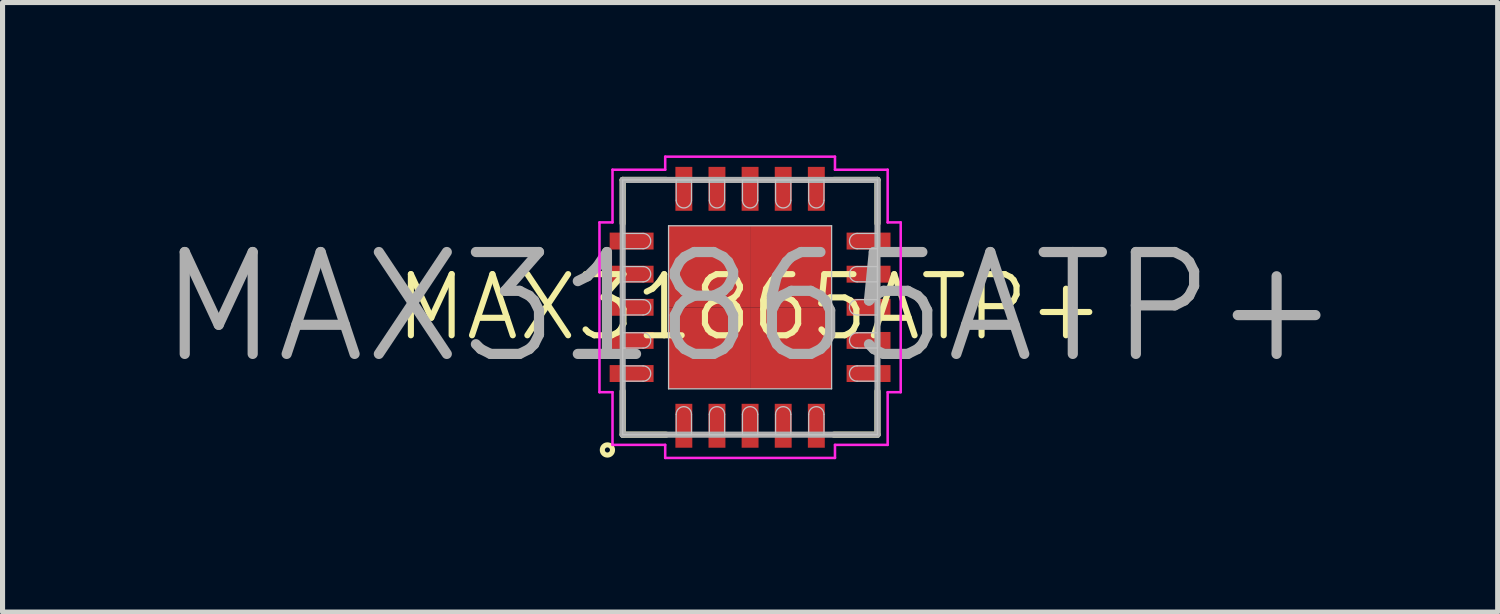
<source format=kicad_pcb>
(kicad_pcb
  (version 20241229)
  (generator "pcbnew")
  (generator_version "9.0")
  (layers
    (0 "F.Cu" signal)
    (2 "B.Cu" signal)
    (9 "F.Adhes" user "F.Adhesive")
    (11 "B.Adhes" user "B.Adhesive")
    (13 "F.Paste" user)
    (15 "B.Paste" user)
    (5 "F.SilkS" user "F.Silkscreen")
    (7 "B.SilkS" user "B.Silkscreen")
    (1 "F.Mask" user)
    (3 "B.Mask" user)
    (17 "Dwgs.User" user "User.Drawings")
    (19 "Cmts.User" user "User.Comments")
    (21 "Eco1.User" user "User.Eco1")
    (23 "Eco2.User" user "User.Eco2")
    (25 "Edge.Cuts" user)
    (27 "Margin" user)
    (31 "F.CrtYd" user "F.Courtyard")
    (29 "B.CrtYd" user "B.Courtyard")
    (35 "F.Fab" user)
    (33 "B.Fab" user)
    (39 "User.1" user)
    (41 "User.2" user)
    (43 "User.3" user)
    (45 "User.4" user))
  (footprint "MAX31865ATP+"
    (layer "F.Cu")
    (at 11.671 2.981)
    (property "Reference" "MAX31865ATP+" (at 0 0 0) (layer "F.SilkS") (effects (font (size 1.2 1.2) (thickness 0.12))))
    (attr smd)
    (fp_line (start -2.5 -2.5) (end -2.5 -1.646) (stroke (width 0.12) (type solid)) (layer "F.SilkS"))
    (fp_line (start -2.5 2.5) (end -2.5 1.646) (stroke (width 0.12) (type solid)) (layer "F.SilkS"))
    (fp_line (start -1.646 -2.5) (end -2.5 -2.5) (stroke (width 0.12) (type solid)) (layer "F.SilkS"))
    (fp_line (start -1.646 2.5) (end -2.5 2.5) (stroke (width 0.12) (type solid)) (layer "F.SilkS"))
    (fp_line (start 1.646 -2.5) (end 2.5 -2.5) (stroke (width 0.12) (type solid)) (layer "F.SilkS"))
    (fp_line (start 1.646 2.5) (end 2.5 2.5) (stroke (width 0.12) (type solid)) (layer "F.SilkS"))
    (fp_line (start 2.5 -2.5) (end 2.5 -1.646) (stroke (width 0.12) (type solid)) (layer "F.SilkS"))
    (fp_line (start 2.5 2.5) (end 2.5 1.646) (stroke (width 0.12) (type solid)) (layer "F.SilkS"))
    (fp_circle (center -2.8 2.8) (end -2.7 2.8) (stroke (width 0.1) (type default)) (fill no) (layer "F.SilkS"))
    (fp_line (start -2.5 -2.5) (end 2.5 -2.5) (stroke (width 0.025) (type solid)) (layer "Dwgs.User"))
    (fp_line (start -2.5 -1.45) (end -2.5 -1.15) (stroke (width 0.025) (type solid)) (layer "Dwgs.User"))
    (fp_line (start -2.5 -1.15) (end -2.1 -1.15) (stroke (width 0.025) (type solid)) (layer "Dwgs.User"))
    (fp_line (start -2.5 -0.8) (end -2.5 -0.5) (stroke (width 0.025) (type solid)) (layer "Dwgs.User"))
    (fp_line (start -2.5 -0.5) (end -2.1 -0.5) (stroke (width 0.025) (type solid)) (layer "Dwgs.User"))
    (fp_line (start -2.5 -0.15) (end -2.5 0.15) (stroke (width 0.025) (type solid)) (layer "Dwgs.User"))
    (fp_line (start -2.5 0.15) (end -2.1 0.15) (stroke (width 0.025) (type solid)) (layer "Dwgs.User"))
    (fp_line (start -2.5 0.5) (end -2.5 0.8) (stroke (width 0.025) (type solid)) (layer "Dwgs.User"))
    (fp_line (start -2.5 0.8) (end -2.1 0.8) (stroke (width 0.025) (type solid)) (layer "Dwgs.User"))
    (fp_line (start -2.5 1.15) (end -2.5 1.45) (stroke (width 0.025) (type solid)) (layer "Dwgs.User"))
    (fp_line (start -2.5 1.45) (end -2.1 1.45) (stroke (width 0.025) (type solid)) (layer "Dwgs.User"))
    (fp_line (start -2.5 2.5) (end -2.5 -2.5) (stroke (width 0.025) (type solid)) (layer "Dwgs.User"))
    (fp_line (start -2.1 -1.45) (end -2.5 -1.45) (stroke (width 0.025) (type solid)) (layer "Dwgs.User"))
    (fp_line (start -2.1 -0.8) (end -2.5 -0.8) (stroke (width 0.025) (type solid)) (layer "Dwgs.User"))
    (fp_line (start -2.1 -0.15) (end -2.5 -0.15) (stroke (width 0.025) (type solid)) (layer "Dwgs.User"))
    (fp_line (start -2.1 0.5) (end -2.5 0.5) (stroke (width 0.025) (type solid)) (layer "Dwgs.User"))
    (fp_line (start -2.1 1.15) (end -2.5 1.15) (stroke (width 0.025) (type solid)) (layer "Dwgs.User"))
    (fp_line (start -1.6 -1.6) (end 1.6 -1.6) (stroke (width 0.025) (type solid)) (layer "Dwgs.User"))
    (fp_line (start -1.6 1.6) (end -1.6 -1.6) (stroke (width 0.025) (type solid)) (layer "Dwgs.User"))
    (fp_line (start -1.45 -2.5) (end -1.45 -2.1) (stroke (width 0.025) (type solid)) (layer "Dwgs.User"))
    (fp_line (start -1.45 2.1) (end -1.45 2.5) (stroke (width 0.025) (type solid)) (layer "Dwgs.User"))
    (fp_line (start -1.45 2.5) (end -1.15 2.5) (stroke (width 0.025) (type solid)) (layer "Dwgs.User"))
    (fp_line (start -1.15 -2.5) (end -1.45 -2.5) (stroke (width 0.025) (type solid)) (layer "Dwgs.User"))
    (fp_line (start -1.15 -2.1) (end -1.15 -2.5) (stroke (width 0.025) (type solid)) (layer "Dwgs.User"))
    (fp_line (start -1.15 2.5) (end -1.15 2.1) (stroke (width 0.025) (type solid)) (layer "Dwgs.User"))
    (fp_line (start -0.8 -2.5) (end -0.8 -2.1) (stroke (width 0.025) (type solid)) (layer "Dwgs.User"))
    (fp_line (start -0.8 2.1) (end -0.8 2.5) (stroke (width 0.025) (type solid)) (layer "Dwgs.User"))
    (fp_line (start -0.8 2.5) (end -0.5 2.5) (stroke (width 0.025) (type solid)) (layer "Dwgs.User"))
    (fp_line (start -0.5 -2.5) (end -0.8 -2.5) (stroke (width 0.025) (type solid)) (layer "Dwgs.User"))
    (fp_line (start -0.5 -2.1) (end -0.5 -2.5) (stroke (width 0.025) (type solid)) (layer "Dwgs.User"))
    (fp_line (start -0.5 2.5) (end -0.5 2.1) (stroke (width 0.025) (type solid)) (layer "Dwgs.User"))
    (fp_line (start -0.15 -2.5) (end -0.15 -2.1) (stroke (width 0.025) (type solid)) (layer "Dwgs.User"))
    (fp_line (start -0.15 2.1) (end -0.15 2.5) (stroke (width 0.025) (type solid)) (layer "Dwgs.User"))
    (fp_line (start -0.15 2.5) (end 0.15 2.5) (stroke (width 0.025) (type solid)) (layer "Dwgs.User"))
    (fp_line (start 0.15 -2.5) (end -0.15 -2.5) (stroke (width 0.025) (type solid)) (layer "Dwgs.User"))
    (fp_line (start 0.15 -2.1) (end 0.15 -2.5) (stroke (width 0.025) (type solid)) (layer "Dwgs.User"))
    (fp_line (start 0.15 2.5) (end 0.15 2.1) (stroke (width 0.025) (type solid)) (layer "Dwgs.User"))
    (fp_line (start 0.5 -2.5) (end 0.5 -2.1) (stroke (width 0.025) (type solid)) (layer "Dwgs.User"))
    (fp_line (start 0.5 2.1) (end 0.5 2.5) (stroke (width 0.025) (type solid)) (layer "Dwgs.User"))
    (fp_line (start 0.5 2.5) (end 0.8 2.5) (stroke (width 0.025) (type solid)) (layer "Dwgs.User"))
    (fp_line (start 0.8 -2.5) (end 0.5 -2.5) (stroke (width 0.025) (type solid)) (layer "Dwgs.User"))
    (fp_line (start 0.8 -2.1) (end 0.8 -2.5) (stroke (width 0.025) (type solid)) (layer "Dwgs.User"))
    (fp_line (start 0.8 2.5) (end 0.8 2.1) (stroke (width 0.025) (type solid)) (layer "Dwgs.User"))
    (fp_line (start 1.15 -2.5) (end 1.15 -2.1) (stroke (width 0.025) (type solid)) (layer "Dwgs.User"))
    (fp_line (start 1.15 2.1) (end 1.15 2.5) (stroke (width 0.025) (type solid)) (layer "Dwgs.User"))
    (fp_line (start 1.15 2.5) (end 1.45 2.5) (stroke (width 0.025) (type solid)) (layer "Dwgs.User"))
    (fp_line (start 1.45 -2.5) (end 1.15 -2.5) (stroke (width 0.025) (type solid)) (layer "Dwgs.User"))
    (fp_line (start 1.45 -2.1) (end 1.45 -2.5) (stroke (width 0.025) (type solid)) (layer "Dwgs.User"))
    (fp_line (start 1.45 2.5) (end 1.45 2.1) (stroke (width 0.025) (type solid)) (layer "Dwgs.User"))
    (fp_line (start 1.6 -1.6) (end 1.6 1.6) (stroke (width 0.025) (type solid)) (layer "Dwgs.User"))
    (fp_line (start 1.6 1.6) (end -1.6 1.6) (stroke (width 0.025) (type solid)) (layer "Dwgs.User"))
    (fp_line (start 2.1 -1.15) (end 2.5 -1.15) (stroke (width 0.025) (type solid)) (layer "Dwgs.User"))
    (fp_line (start 2.1 -0.5) (end 2.5 -0.5) (stroke (width 0.025) (type solid)) (layer "Dwgs.User"))
    (fp_line (start 2.1 0.15) (end 2.5 0.15) (stroke (width 0.025) (type solid)) (layer "Dwgs.User"))
    (fp_line (start 2.1 0.8) (end 2.5 0.8) (stroke (width 0.025) (type solid)) (layer "Dwgs.User"))
    (fp_line (start 2.1 1.45) (end 2.5 1.45) (stroke (width 0.025) (type solid)) (layer "Dwgs.User"))
    (fp_line (start 2.5 -2.5) (end 2.5 2.5) (stroke (width 0.025) (type solid)) (layer "Dwgs.User"))
    (fp_line (start 2.5 -1.45) (end 2.1 -1.45) (stroke (width 0.025) (type solid)) (layer "Dwgs.User"))
    (fp_line (start 2.5 -1.15) (end 2.5 -1.45) (stroke (width 0.025) (type solid)) (layer "Dwgs.User"))
    (fp_line (start 2.5 -0.8) (end 2.1 -0.8) (stroke (width 0.025) (type solid)) (layer "Dwgs.User"))
    (fp_line (start 2.5 -0.5) (end 2.5 -0.8) (stroke (width 0.025) (type solid)) (layer "Dwgs.User"))
    (fp_line (start 2.5 -0.15) (end 2.1 -0.15) (stroke (width 0.025) (type solid)) (layer "Dwgs.User"))
    (fp_line (start 2.5 0.15) (end 2.5 -0.15) (stroke (width 0.025) (type solid)) (layer "Dwgs.User"))
    (fp_line (start 2.5 0.5) (end 2.1 0.5) (stroke (width 0.025) (type solid)) (layer "Dwgs.User"))
    (fp_line (start 2.5 0.8) (end 2.5 0.5) (stroke (width 0.025) (type solid)) (layer "Dwgs.User"))
    (fp_line (start 2.5 1.15) (end 2.1 1.15) (stroke (width 0.025) (type solid)) (layer "Dwgs.User"))
    (fp_line (start 2.5 1.45) (end 2.5 1.15) (stroke (width 0.025) (type solid)) (layer "Dwgs.User"))
    (fp_line (start 2.5 2.5) (end -2.5 2.5) (stroke (width 0.025) (type solid)) (layer "Dwgs.User"))
    (fp_arc (start -2.1 -1.45) (mid -1.95 -1.3) (end -2.1 -1.15) (stroke (width 0.025) (type solid)) (layer "Dwgs.User"))
    (fp_arc (start -2.1 -0.8) (mid -1.95 -0.65) (end -2.1 -0.5) (stroke (width 0.025) (type solid)) (layer "Dwgs.User"))
    (fp_arc (start -2.1 -0.15) (mid -1.95 0) (end -2.1 0.15) (stroke (width 0.025) (type solid)) (layer "Dwgs.User"))
    (fp_arc (start -2.1 0.5) (mid -1.95 0.65) (end -2.1 0.8) (stroke (width 0.025) (type solid)) (layer "Dwgs.User"))
    (fp_arc (start -2.1 1.15) (mid -1.95 1.3) (end -2.1 1.45) (stroke (width 0.025) (type solid)) (layer "Dwgs.User"))
    (fp_arc (start -1.45 2.1) (mid -1.3 1.95) (end -1.15 2.1) (stroke (width 0.025) (type solid)) (layer "Dwgs.User"))
    (fp_arc (start -1.15 -2.1) (mid -1.3 -1.95) (end -1.45 -2.1) (stroke (width 0.025) (type solid)) (layer "Dwgs.User"))
    (fp_arc (start -0.8 2.1) (mid -0.65 1.95) (end -0.5 2.1) (stroke (width 0.025) (type solid)) (layer "Dwgs.User"))
    (fp_arc (start -0.5 -2.1) (mid -0.65 -1.95) (end -0.8 -2.1) (stroke (width 0.025) (type solid)) (layer "Dwgs.User"))
    (fp_arc (start -0.15 2.1) (mid 0 1.95) (end 0.15 2.1) (stroke (width 0.025) (type solid)) (layer "Dwgs.User"))
    (fp_arc (start 0.15 -2.1) (mid 0 -1.95) (end -0.15 -2.1) (stroke (width 0.025) (type solid)) (layer "Dwgs.User"))
    (fp_arc (start 0.5 2.1) (mid 0.65 1.95) (end 0.8 2.1) (stroke (width 0.025) (type solid)) (layer "Dwgs.User"))
    (fp_arc (start 0.8 -2.1) (mid 0.65 -1.95) (end 0.5 -2.1) (stroke (width 0.025) (type solid)) (layer "Dwgs.User"))
    (fp_arc (start 1.15 2.1) (mid 1.3 1.95) (end 1.45 2.1) (stroke (width 0.025) (type solid)) (layer "Dwgs.User"))
    (fp_arc (start 1.45 -2.1) (mid 1.3 -1.95) (end 1.15 -2.1) (stroke (width 0.025) (type solid)) (layer "Dwgs.User"))
    (fp_arc (start 2.1 -1.15) (mid 1.95 -1.3) (end 2.1 -1.45) (stroke (width 0.025) (type solid)) (layer "Dwgs.User"))
    (fp_arc (start 2.1 -0.5) (mid 1.95 -0.65) (end 2.1 -0.8) (stroke (width 0.025) (type solid)) (layer "Dwgs.User"))
    (fp_arc (start 2.1 0.15) (mid 1.95 0) (end 2.1 -0.15) (stroke (width 0.025) (type solid)) (layer "Dwgs.User"))
    (fp_arc (start 2.1 0.8) (mid 1.95 0.65) (end 2.1 0.5) (stroke (width 0.025) (type solid)) (layer "Dwgs.User"))
    (fp_arc (start 2.1 1.45) (mid 1.95 1.3) (end 2.1 1.15) (stroke (width 0.025) (type solid)) (layer "Dwgs.User"))
    (fp_line (start -2.956 -1.666) (end -2.956 1.666) (stroke (width 0.05) (type solid)) (layer "F.CrtYd"))
    (fp_line (start -2.956 1.666) (end -2.7 1.666) (stroke (width 0.05) (type solid)) (layer "F.CrtYd"))
    (fp_line (start -2.7 -2.7) (end -2.7 -1.666) (stroke (width 0.05) (type solid)) (layer "F.CrtYd"))
    (fp_line (start -2.7 -1.666) (end -2.956 -1.666) (stroke (width 0.05) (type solid)) (layer "F.CrtYd"))
    (fp_line (start -2.7 1.666) (end -2.7 2.7) (stroke (width 0.05) (type solid)) (layer "F.CrtYd"))
    (fp_line (start -2.7 2.7) (end -1.666 2.7) (stroke (width 0.05) (type solid)) (layer "F.CrtYd"))
    (fp_line (start -1.666 -2.956) (end -1.666 -2.7) (stroke (width 0.05) (type solid)) (layer "F.CrtYd"))
    (fp_line (start -1.666 -2.7) (end -2.7 -2.7) (stroke (width 0.05) (type solid)) (layer "F.CrtYd"))
    (fp_line (start -1.666 2.7) (end -1.666 2.956) (stroke (width 0.05) (type solid)) (layer "F.CrtYd"))
    (fp_line (start -1.666 2.956) (end 1.666 2.956) (stroke (width 0.05) (type solid)) (layer "F.CrtYd"))
    (fp_line (start 1.666 -2.956) (end -1.666 -2.956) (stroke (width 0.05) (type solid)) (layer "F.CrtYd"))
    (fp_line (start 1.666 -2.7) (end 1.666 -2.956) (stroke (width 0.05) (type solid)) (layer "F.CrtYd"))
    (fp_line (start 1.666 2.7) (end 2.7 2.7) (stroke (width 0.05) (type solid)) (layer "F.CrtYd"))
    (fp_line (start 1.666 2.956) (end 1.666 2.7) (stroke (width 0.05) (type solid)) (layer "F.CrtYd"))
    (fp_line (start 2.7 -2.7) (end 1.666 -2.7) (stroke (width 0.05) (type solid)) (layer "F.CrtYd"))
    (fp_line (start 2.7 -1.666) (end 2.7 -2.7) (stroke (width 0.05) (type solid)) (layer "F.CrtYd"))
    (fp_line (start 2.7 1.666) (end 2.956 1.666) (stroke (width 0.05) (type solid)) (layer "F.CrtYd"))
    (fp_line (start 2.7 2.7) (end 2.7 1.666) (stroke (width 0.05) (type solid)) (layer "F.CrtYd"))
    (fp_line (start 2.956 -1.666) (end 2.7 -1.666) (stroke (width 0.05) (type solid)) (layer "F.CrtYd"))
    (fp_line (start 2.956 1.666) (end 2.956 -1.666) (stroke (width 0.05) (type solid)) (layer "F.CrtYd"))
    (fp_line (start -2.5 -2.5) (end 2.5 -2.5) (stroke (width 0.12) (type solid)) (layer "F.Fab"))
    (fp_line (start -2.5 2.5) (end -2.5 -2.5) (stroke (width 0.12) (type solid)) (layer "F.Fab"))
    (fp_line (start 2.5 -2.5) (end 2.5 2.5) (stroke (width 0.12) (type solid)) (layer "F.Fab"))
    (fp_line (start 2.5 2.5) (end -2.5 2.5) (stroke (width 0.12) (type solid)) (layer "F.Fab"))
    (fp_text user "${REFERENCE}" (at 0 0 0) (layer "F.Fab") (effects (font (size 2 2) (thickness 0.2))))
    (pad "" smd rect (at -0.8 -0.8 90) (size 1.131 1.131) (layers "F.Paste"))
    (pad "" smd rect (at -0.8 0.8 90) (size 1.131 1.131) (layers "F.Paste"))
    (pad "" smd rect (at 0.8 -0.8 90) (size 1.131 1.131) (layers "F.Paste"))
    (pad "" smd rect (at 0.8 0.8 90) (size 1.131 1.131) (layers "F.Paste"))
    (pad "1" smd rect (at -1.3 2.325 90) (size 0.862 0.332) (layers "F.Cu" "F.Mask" "F.Paste"))
    (pad "2" smd rect (at -0.65 2.325 90) (size 0.862 0.332) (layers "F.Cu" "F.Mask" "F.Paste"))
    (pad "3" smd rect (at 0 2.325 90) (size 0.862 0.332) (layers "F.Cu" "F.Mask" "F.Paste"))
    (pad "4" smd rect (at 0.65 2.325 90) (size 0.862 0.332) (layers "F.Cu" "F.Mask" "F.Paste"))
    (pad "5" smd rect (at 1.3 2.325 90) (size 0.862 0.332) (layers "F.Cu" "F.Mask" "F.Paste"))
    (pad "6" smd rect (at 2.325 1.3) (size 0.862 0.332) (layers "F.Cu" "F.Mask" "F.Paste"))
    (pad "7" smd rect (at 2.325 0.65) (size 0.862 0.332) (layers "F.Cu" "F.Mask" "F.Paste"))
    (pad "8" smd rect (at 2.325 0) (size 0.862 0.332) (layers "F.Cu" "F.Mask" "F.Paste"))
    (pad "9" smd rect (at 2.325 -0.65) (size 0.862 0.332) (layers "F.Cu" "F.Mask" "F.Paste"))
    (pad "10" smd rect (at 2.325 -1.3) (size 0.862 0.332) (layers "F.Cu" "F.Mask" "F.Paste"))
    (pad "11" smd rect (at 1.3 -2.325 90) (size 0.862 0.332) (layers "F.Cu" "F.Mask" "F.Paste"))
    (pad "12" smd rect (at 0.65 -2.325 90) (size 0.862 0.332) (layers "F.Cu" "F.Mask" "F.Paste"))
    (pad "13" smd rect (at 0 -2.325 90) (size 0.862 0.332) (layers "F.Cu" "F.Mask" "F.Paste"))
    (pad "14" smd rect (at -0.65 -2.325 90) (size 0.862 0.332) (layers "F.Cu" "F.Mask" "F.Paste"))
    (pad "15" smd rect (at -1.3 -2.325 90) (size 0.862 0.332) (layers "F.Cu" "F.Mask" "F.Paste"))
    (pad "16" smd rect (at -2.325 -1.3) (size 0.862 0.332) (layers "F.Cu" "F.Mask" "F.Paste"))
    (pad "17" smd rect (at -2.325 -0.65) (size 0.862 0.332) (layers "F.Cu" "F.Mask" "F.Paste"))
    (pad "18" smd rect (at -2.325 0) (size 0.862 0.332) (layers "F.Cu" "F.Mask" "F.Paste"))
    (pad "19" smd rect (at -2.325 0.65) (size 0.862 0.332) (layers "F.Cu" "F.Mask" "F.Paste"))
    (pad "20" smd rect (at -2.325 1.3) (size 0.862 0.332) (layers "F.Cu" "F.Mask" "F.Paste"))
    (pad "21" smd rect (at -0.8 -0.8) (size 1.6 1.6) (layers "F.Cu" "F.Mask" "F.Paste"))
    (pad "21" smd rect (at -0.8 0.8) (size 1.6 1.6) (layers "F.Cu" "F.Mask" "F.Paste"))
    (pad "21" smd rect (at 0.8 -0.8) (size 1.6 1.6) (layers "F.Cu" "F.Mask" "F.Paste"))
    (pad "21" smd rect (at 0.8 0.8) (size 1.6 1.6) (layers "F.Cu" "F.Mask" "F.Paste")))
  (gr_rect
    (start -3 -3)
    (end 26.343 8.962)
    (stroke (width 0.1) (type default))
    (fill no)
    (layer "Edge.Cuts")))
</source>
